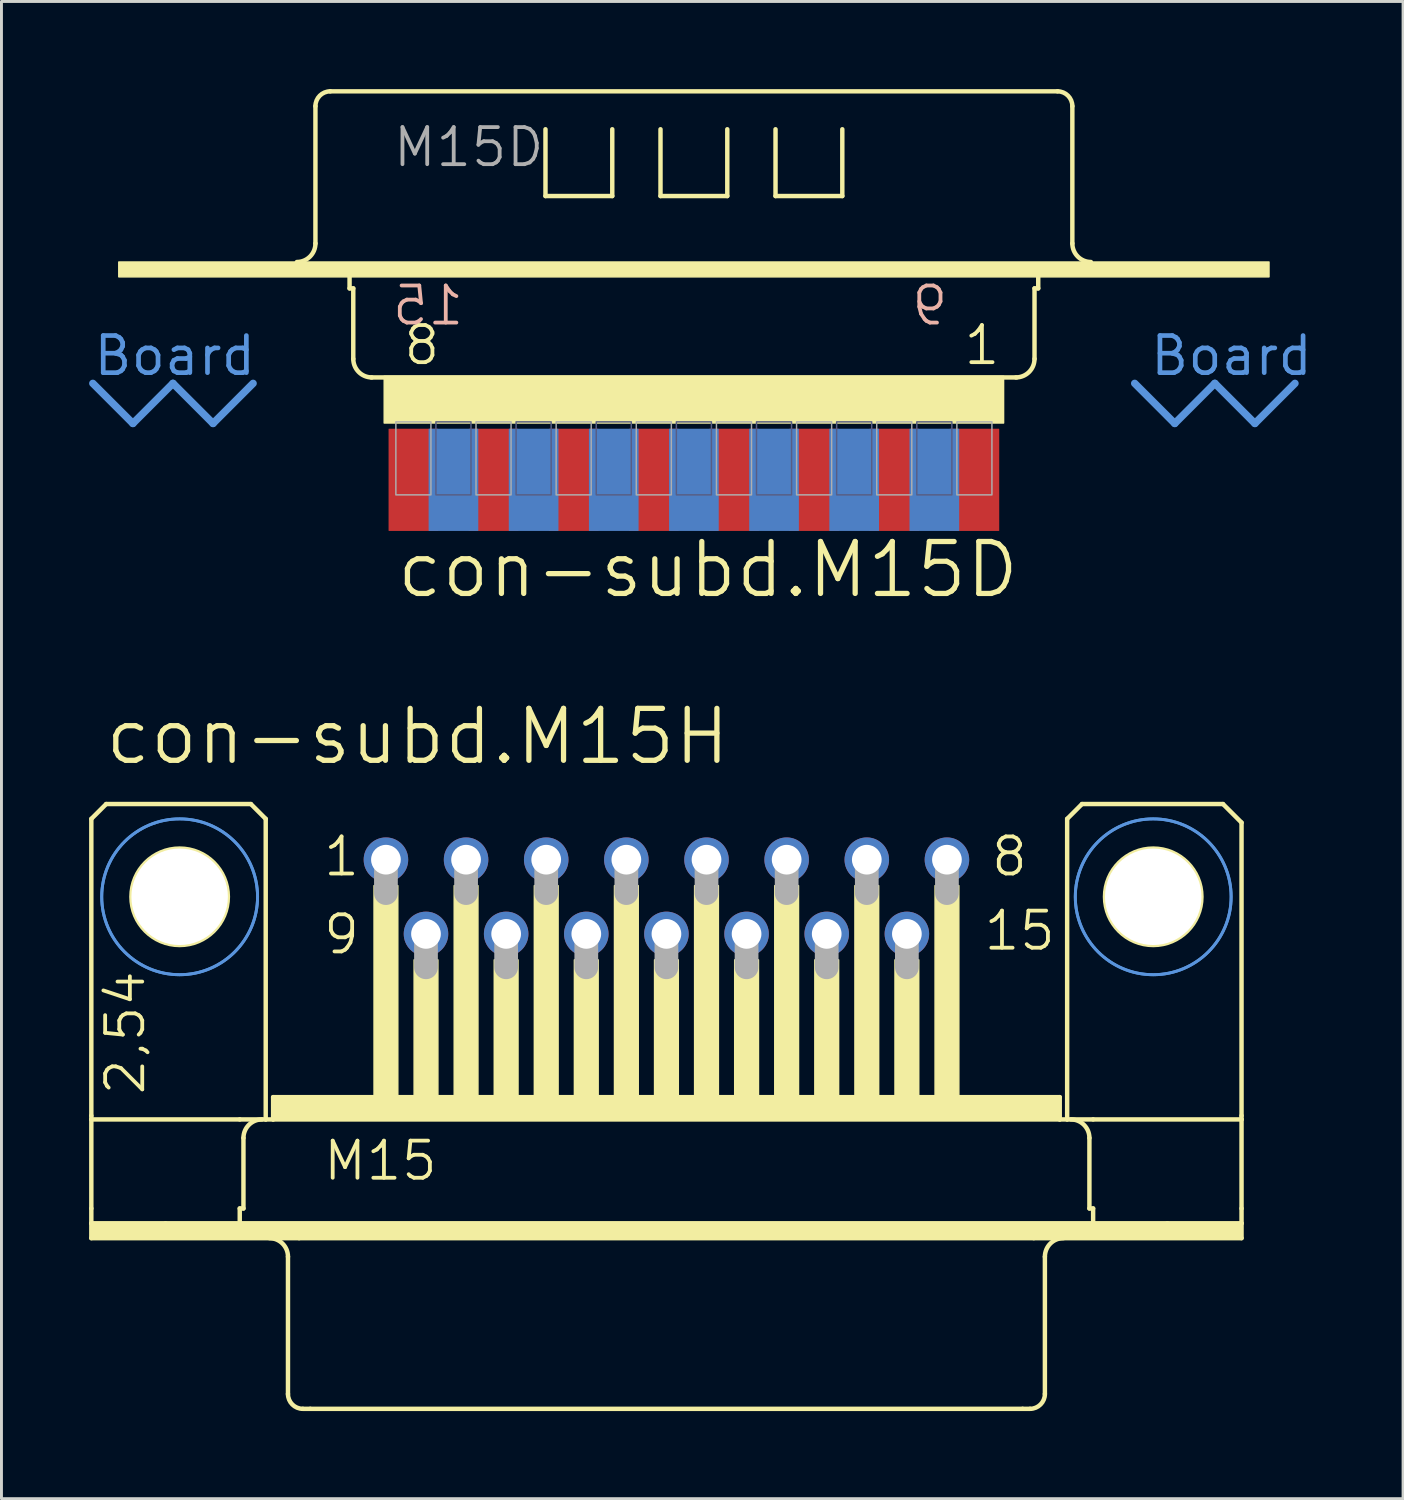
<source format=kicad_pcb>
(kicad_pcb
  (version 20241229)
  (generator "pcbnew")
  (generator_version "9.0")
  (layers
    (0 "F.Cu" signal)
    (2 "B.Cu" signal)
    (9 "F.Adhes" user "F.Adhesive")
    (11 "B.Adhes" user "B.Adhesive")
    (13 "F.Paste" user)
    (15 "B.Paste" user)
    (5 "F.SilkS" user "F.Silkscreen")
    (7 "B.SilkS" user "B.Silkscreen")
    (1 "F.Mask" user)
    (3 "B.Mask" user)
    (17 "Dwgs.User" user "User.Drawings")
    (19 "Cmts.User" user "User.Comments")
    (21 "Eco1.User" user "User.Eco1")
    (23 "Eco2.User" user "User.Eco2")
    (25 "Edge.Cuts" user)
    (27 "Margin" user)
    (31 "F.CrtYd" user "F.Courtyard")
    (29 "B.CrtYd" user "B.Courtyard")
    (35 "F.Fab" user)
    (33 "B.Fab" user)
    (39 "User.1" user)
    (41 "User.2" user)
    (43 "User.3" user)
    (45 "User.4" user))
  (footprint "con-subd.M15H"
    (layer "F.Cu")
    (at 19.761 27.646)
    (property "Reference" "con-subd.M15H" (at -19.304 -4.445 0) (layer "F.SilkS") (effects (font (size 1.778 1.778) (thickness 0.18)) (justify left bottom)))
    (attr through_hole)
    (fp_line (start -19.685 -2.667) (end -19.685 7.493) (stroke (width 0.152) (type default)) (layer "F.SilkS"))
    (fp_line (start -19.685 7.62) (end -19.685 7.493) (stroke (width 0.152) (type default)) (layer "F.SilkS"))
    (fp_line (start -19.685 10.668) (end -19.685 7.62) (stroke (width 0.152) (type default)) (layer "F.SilkS"))
    (fp_line (start -19.685 11.176) (end -19.685 10.668) (stroke (width 0.152) (type default)) (layer "F.SilkS"))
    (fp_line (start -19.685 11.684) (end -19.685 11.176) (stroke (width 0.152) (type default)) (layer "F.SilkS"))
    (fp_line (start -19.177 -3.175) (end -19.685 -2.667) (stroke (width 0.152) (type default)) (layer "F.SilkS"))
    (fp_line (start -17.145 11.176) (end -19.685 11.176) (stroke (width 0.152) (type default)) (layer "F.SilkS"))
    (fp_line (start -14.605 7.62) (end -19.685 7.62) (stroke (width 0.152) (type default)) (layer "F.SilkS"))
    (fp_line (start -14.605 10.668) (end -14.605 11.176) (stroke (width 0.152) (type default)) (layer "F.SilkS"))
    (fp_line (start -14.605 11.176) (end -17.145 11.176) (stroke (width 0.152) (type default)) (layer "F.SilkS"))
    (fp_line (start -14.478 8.255) (end -14.478 10.668) (stroke (width 0.152) (type default)) (layer "F.SilkS"))
    (fp_line (start -14.478 10.668) (end -14.605 10.668) (stroke (width 0.152) (type default)) (layer "F.SilkS"))
    (fp_line (start -14.224 -3.175) (end -19.177 -3.175) (stroke (width 0.152) (type default)) (layer "F.SilkS"))
    (fp_line (start -13.716 -2.667) (end -14.224 -3.175) (stroke (width 0.152) (type default)) (layer "F.SilkS"))
    (fp_line (start -13.716 -2.667) (end -13.716 7.62) (stroke (width 0.152) (type default)) (layer "F.SilkS"))
    (fp_line (start -13.716 7.62) (end -14.605 7.62) (stroke (width 0.152) (type default)) (layer "F.SilkS"))
    (fp_line (start -13.462 7.62) (end -13.716 7.62) (stroke (width 0.152) (type default)) (layer "F.SilkS"))
    (fp_line (start -13.462 7.62) (end -13.462 6.858) (stroke (width 0.152) (type default)) (layer "F.SilkS"))
    (fp_line (start -12.954 12.319) (end -12.954 17.018) (stroke (width 0.152) (type default)) (layer "F.SilkS"))
    (fp_line (start -12.573 11.684) (end -19.685 11.684) (stroke (width 0.152) (type default)) (layer "F.SilkS"))
    (fp_line (start -12.192 17.526) (end -12.446 17.526) (stroke (width 0.152) (type default)) (layer "F.SilkS"))
    (fp_line (start 12.192 17.526) (end -12.192 17.526) (stroke (width 0.152) (type default)) (layer "F.SilkS"))
    (fp_line (start 12.446 17.526) (end 12.192 17.526) (stroke (width 0.152) (type default)) (layer "F.SilkS"))
    (fp_line (start 12.573 11.684) (end -12.573 11.684) (stroke (width 0.152) (type default)) (layer "F.SilkS"))
    (fp_line (start 12.954 12.319) (end 12.954 17.018) (stroke (width 0.152) (type default)) (layer "F.SilkS"))
    (fp_line (start 13.462 6.858) (end -13.462 6.858) (stroke (width 0.152) (type default)) (layer "F.SilkS"))
    (fp_line (start 13.462 7.62) (end -13.462 7.62) (stroke (width 0.152) (type default)) (layer "F.SilkS"))
    (fp_line (start 13.462 7.62) (end 13.462 6.858) (stroke (width 0.152) (type default)) (layer "F.SilkS"))
    (fp_line (start 13.716 -2.667) (end 13.716 7.62) (stroke (width 0.152) (type default)) (layer "F.SilkS"))
    (fp_line (start 13.716 7.62) (end 13.462 7.62) (stroke (width 0.152) (type default)) (layer "F.SilkS"))
    (fp_line (start 14.224 -3.175) (end 13.716 -2.667) (stroke (width 0.152) (type default)) (layer "F.SilkS"))
    (fp_line (start 14.224 -3.175) (end 19.05 -3.175) (stroke (width 0.152) (type default)) (layer "F.SilkS"))
    (fp_line (start 14.478 8.255) (end 14.478 10.668) (stroke (width 0.152) (type default)) (layer "F.SilkS"))
    (fp_line (start 14.605 7.62) (end 13.716 7.62) (stroke (width 0.152) (type default)) (layer "F.SilkS"))
    (fp_line (start 14.605 10.668) (end 14.478 10.668) (stroke (width 0.152) (type default)) (layer "F.SilkS"))
    (fp_line (start 14.605 10.668) (end 14.605 11.176) (stroke (width 0.152) (type default)) (layer "F.SilkS"))
    (fp_line (start 14.605 11.176) (end -14.605 11.176) (stroke (width 0.152) (type default)) (layer "F.SilkS"))
    (fp_line (start 17.145 11.176) (end 14.605 11.176) (stroke (width 0.152) (type default)) (layer "F.SilkS"))
    (fp_line (start 19.05 -3.175) (end 19.685 -2.54) (stroke (width 0.152) (type default)) (layer "F.SilkS"))
    (fp_line (start 19.685 -2.54) (end 19.685 7.493) (stroke (width 0.152) (type default)) (layer "F.SilkS"))
    (fp_line (start 19.685 7.62) (end 14.605 7.62) (stroke (width 0.152) (type default)) (layer "F.SilkS"))
    (fp_line (start 19.685 7.62) (end 19.685 7.493) (stroke (width 0.152) (type default)) (layer "F.SilkS"))
    (fp_line (start 19.685 7.62) (end 19.685 10.668) (stroke (width 0.152) (type default)) (layer "F.SilkS"))
    (fp_line (start 19.685 10.668) (end 19.685 11.176) (stroke (width 0.152) (type default)) (layer "F.SilkS"))
    (fp_line (start 19.685 11.176) (end 17.145 11.176) (stroke (width 0.152) (type default)) (layer "F.SilkS"))
    (fp_line (start 19.685 11.176) (end 19.685 11.684) (stroke (width 0.152) (type default)) (layer "F.SilkS"))
    (fp_line (start 19.685 11.684) (end 12.573 11.684) (stroke (width 0.152) (type default)) (layer "F.SilkS"))
    (fp_rect (start -19.685 11.684) (end 19.685 11.176) (stroke (width 0.05) (type default)) (fill yes) (layer "F.SilkS"))
    (fp_rect (start -13.462 7.62) (end 13.462 6.858) (stroke (width 0.05) (type default)) (fill yes) (layer "F.SilkS"))
    (fp_rect (start -10.008 6.858) (end -9.195 -0.381) (stroke (width 0.05) (type default)) (fill yes) (layer "F.SilkS"))
    (fp_rect (start -8.636 6.858) (end -7.823 2.159) (stroke (width 0.05) (type default)) (fill yes) (layer "F.SilkS"))
    (fp_rect (start -7.264 6.858) (end -6.452 -0.381) (stroke (width 0.05) (type default)) (fill yes) (layer "F.SilkS"))
    (fp_rect (start -5.893 6.858) (end -5.08 2.159) (stroke (width 0.05) (type default)) (fill yes) (layer "F.SilkS"))
    (fp_rect (start -4.521 6.858) (end -3.708 -0.381) (stroke (width 0.05) (type default)) (fill yes) (layer "F.SilkS"))
    (fp_rect (start -3.15 6.858) (end -2.337 2.159) (stroke (width 0.05) (type default)) (fill yes) (layer "F.SilkS"))
    (fp_rect (start -1.778 6.858) (end -0.965 -0.381) (stroke (width 0.05) (type default)) (fill yes) (layer "F.SilkS"))
    (fp_rect (start -0.406 6.858) (end 0.406 2.159) (stroke (width 0.05) (type default)) (fill yes) (layer "F.SilkS"))
    (fp_rect (start 0.965 6.858) (end 1.778 -0.381) (stroke (width 0.05) (type default)) (fill yes) (layer "F.SilkS"))
    (fp_rect (start 2.337 6.858) (end 3.15 2.159) (stroke (width 0.05) (type default)) (fill yes) (layer "F.SilkS"))
    (fp_rect (start 3.708 6.858) (end 4.521 -0.381) (stroke (width 0.05) (type default)) (fill yes) (layer "F.SilkS"))
    (fp_rect (start 5.08 6.858) (end 5.893 2.159) (stroke (width 0.05) (type default)) (fill yes) (layer "F.SilkS"))
    (fp_rect (start 6.452 6.858) (end 7.264 -0.381) (stroke (width 0.05) (type default)) (fill yes) (layer "F.SilkS"))
    (fp_rect (start 7.823 6.858) (end 8.636 2.159) (stroke (width 0.05) (type default)) (fill yes) (layer "F.SilkS"))
    (fp_rect (start 9.195 6.858) (end 10.008 -0.381) (stroke (width 0.05) (type default)) (fill yes) (layer "F.SilkS"))
    (fp_arc (start -14.478 8.255) (mid -14.292013 7.805987) (end -13.843 7.62) (stroke (width 0.1524) (type default)) (layer "F.SilkS"))
    (fp_arc (start -13.589 11.684) (mid -13.139987 11.869987) (end -12.954 12.319) (stroke (width 0.1524) (type default)) (layer "F.SilkS"))
    (fp_arc (start -12.446 17.526) (mid -12.80521 17.37721) (end -12.954 17.018) (stroke (width 0.1524) (type default)) (layer "F.SilkS"))
    (fp_arc (start 12.954 12.319) (mid 13.139987 11.869987) (end 13.589 11.684) (stroke (width 0.1524) (type default)) (layer "F.SilkS"))
    (fp_arc (start 12.954 17.018) (mid 12.80521 17.37721) (end 12.446 17.526) (stroke (width 0.1524) (type default)) (layer "F.SilkS"))
    (fp_arc (start 13.843 7.62) (mid 14.292013 7.805987) (end 14.478 8.255) (stroke (width 0.1524) (type default)) (layer "F.SilkS"))
    (fp_circle (center -16.662 0) (end -15.011 0) (stroke (width 0.152) (type default)) (fill no) (layer "F.SilkS"))
    (fp_circle (center 16.662 0) (end 18.313 0) (stroke (width 0.152) (type default)) (fill no) (layer "F.SilkS"))
    (fp_circle (center -16.662 0) (end -13.995 0) (stroke (width 0.1) (type default)) (fill no) (layer "Cmts.User"))
    (fp_circle (center -16.662 0) (end -13.995 0) (stroke (width 0.1) (type default)) (fill no) (layer "Cmts.User"))
    (fp_circle (center 16.662 0) (end 19.329 0) (stroke (width 0.1) (type default)) (fill no) (layer "Cmts.User"))
    (fp_circle (center 16.662 0) (end 19.329 0) (stroke (width 0.1) (type default)) (fill no) (layer "Cmts.User"))
    (fp_line (start -9.601 -1.143) (end -9.601 -0.127) (stroke (width 0.813) (type default)) (layer "F.Fab"))
    (fp_line (start -8.23 1.397) (end -8.23 2.413) (stroke (width 0.813) (type default)) (layer "F.Fab"))
    (fp_line (start -6.858 -1.143) (end -6.858 -0.127) (stroke (width 0.813) (type default)) (layer "F.Fab"))
    (fp_line (start -5.486 1.397) (end -5.486 2.413) (stroke (width 0.813) (type default)) (layer "F.Fab"))
    (fp_line (start -4.115 -1.143) (end -4.115 -0.127) (stroke (width 0.813) (type default)) (layer "F.Fab"))
    (fp_line (start -2.743 1.397) (end -2.743 2.413) (stroke (width 0.813) (type default)) (layer "F.Fab"))
    (fp_line (start -1.372 -1.143) (end -1.372 -0.127) (stroke (width 0.813) (type default)) (layer "F.Fab"))
    (fp_line (start 0 1.397) (end 0 2.413) (stroke (width 0.813) (type default)) (layer "F.Fab"))
    (fp_line (start 1.372 -1.143) (end 1.372 -0.127) (stroke (width 0.813) (type default)) (layer "F.Fab"))
    (fp_line (start 2.743 1.397) (end 2.743 2.413) (stroke (width 0.813) (type default)) (layer "F.Fab"))
    (fp_line (start 4.115 -1.143) (end 4.115 -0.127) (stroke (width 0.813) (type default)) (layer "F.Fab"))
    (fp_line (start 5.486 1.397) (end 5.486 2.413) (stroke (width 0.813) (type default)) (layer "F.Fab"))
    (fp_line (start 6.858 -1.143) (end 6.858 -0.127) (stroke (width 0.813) (type default)) (layer "F.Fab"))
    (fp_line (start 8.23 1.397) (end 8.23 2.413) (stroke (width 0.813) (type default)) (layer "F.Fab"))
    (fp_line (start 9.601 -1.143) (end 9.601 -0.127) (stroke (width 0.813) (type default)) (layer "F.Fab"))
    (fp_text user "M15" (at -11.811 9.779 0) (layer "F.SilkS") (effects (font (size 1.27 1.27) (thickness 0.13)) (justify left bottom)))
    (fp_text user "9" (at -11.811 2.032 0) (layer "F.SilkS") (effects (font (size 1.27 1.27) (thickness 0.13)) (justify left bottom)))
    (fp_text user "8" (at 11.049 -0.635 0) (layer "F.SilkS") (effects (font (size 1.27 1.27) (thickness 0.13)) (justify left bottom)))
    (fp_text user "2,54" (at -17.78 6.858 90) (layer "F.SilkS") (effects (font (size 1.27 1.27) (thickness 0.13)) (justify left bottom)))
    (fp_text user "1" (at -11.811 -0.635 0) (layer "F.SilkS") (effects (font (size 1.27 1.27) (thickness 0.13)) (justify left bottom)))
    (fp_text user "15" (at 10.795 1.905 0) (layer "F.SilkS") (effects (font (size 1.27 1.27) (thickness 0.13)) (justify left bottom)))
    (pad "" np_thru_hole circle (at -16.662 0) (size 3.302 3.302) (drill 3.302) (layers "*.Cu" "*.Mask"))
    (pad "" np_thru_hole circle (at 16.662 0) (size 3.302 3.302) (drill 3.302) (layers "*.Cu" "*.Mask"))
    (pad "1" thru_hole circle (at -9.601 -1.27) (size 1.524 1.524) (drill 1.016) (layers "*.Cu" "*.Mask"))
    (pad "2" thru_hole circle (at -6.858 -1.27) (size 1.524 1.524) (drill 1.016) (layers "*.Cu" "*.Mask"))
    (pad "3" thru_hole circle (at -4.115 -1.27) (size 1.524 1.524) (drill 1.016) (layers "*.Cu" "*.Mask"))
    (pad "4" thru_hole circle (at -1.372 -1.27) (size 1.524 1.524) (drill 1.016) (layers "*.Cu" "*.Mask"))
    (pad "5" thru_hole circle (at 1.372 -1.27) (size 1.524 1.524) (drill 1.016) (layers "*.Cu" "*.Mask"))
    (pad "6" thru_hole circle (at 4.115 -1.27) (size 1.524 1.524) (drill 1.016) (layers "*.Cu" "*.Mask"))
    (pad "7" thru_hole circle (at 6.858 -1.27) (size 1.524 1.524) (drill 1.016) (layers "*.Cu" "*.Mask"))
    (pad "8" thru_hole circle (at 9.601 -1.27) (size 1.524 1.524) (drill 1.016) (layers "*.Cu" "*.Mask"))
    (pad "9" thru_hole circle (at -8.23 1.27) (size 1.524 1.524) (drill 1.016) (layers "*.Cu" "*.Mask"))
    (pad "10" thru_hole circle (at -5.486 1.27) (size 1.524 1.524) (drill 1.016) (layers "*.Cu" "*.Mask"))
    (pad "11" thru_hole circle (at -2.743 1.27) (size 1.524 1.524) (drill 1.016) (layers "*.Cu" "*.Mask"))
    (pad "12" thru_hole circle (at 0 1.27) (size 1.524 1.524) (drill 1.016) (layers "*.Cu" "*.Mask"))
    (pad "13" thru_hole circle (at 2.743 1.27) (size 1.524 1.524) (drill 1.016) (layers "*.Cu" "*.Mask"))
    (pad "14" thru_hole circle (at 5.486 1.27) (size 1.524 1.524) (drill 1.016) (layers "*.Cu" "*.Mask"))
    (pad "15" thru_hole circle (at 8.23 1.27) (size 1.524 1.524) (drill 1.016) (layers "*.Cu" "*.Mask")))
  (footprint "con-subd.M15D"
    (layer "F.Cu")
    (at 20.701 7.329)
    (property "Reference" "con-subd.M15D" (at -10.262 10.16 0) (layer "F.SilkS") (effects (font (size 1.778 1.778) (thickness 0.18)) (justify left bottom)))
    (attr smd)
    (fp_line (start -12.954 -2.046) (end -12.954 -6.745) (stroke (width 0.152) (type default)) (layer "F.SilkS"))
    (fp_line (start -12.446 -7.253) (end 12.446 -7.253) (stroke (width 0.152) (type default)) (layer "F.SilkS"))
    (fp_line (start -11.786 -0.508) (end -11.786 -1.016) (stroke (width 0.152) (type default)) (layer "F.SilkS"))
    (fp_line (start -11.786 -0.508) (end -11.659 -0.508) (stroke (width 0.152) (type default)) (layer "F.SilkS"))
    (fp_line (start -11.659 1.905) (end -11.659 -0.508) (stroke (width 0.152) (type default)) (layer "F.SilkS"))
    (fp_line (start -11.043 2.54) (end 11.043 2.54) (stroke (width 0.152) (type default)) (layer "F.SilkS"))
    (fp_line (start -5.08 -3.669) (end -5.08 -5.955) (stroke (width 0.152) (type default)) (layer "F.SilkS"))
    (fp_line (start -2.794 -5.955) (end -2.794 -3.669) (stroke (width 0.152) (type default)) (layer "F.SilkS"))
    (fp_line (start -2.794 -3.669) (end -5.08 -3.669) (stroke (width 0.152) (type default)) (layer "F.SilkS"))
    (fp_line (start -1.143 -3.669) (end -1.143 -5.955) (stroke (width 0.152) (type default)) (layer "F.SilkS"))
    (fp_line (start 1.143 -5.955) (end 1.143 -3.669) (stroke (width 0.152) (type default)) (layer "F.SilkS"))
    (fp_line (start 1.143 -3.669) (end -1.143 -3.669) (stroke (width 0.152) (type default)) (layer "F.SilkS"))
    (fp_line (start 2.794 -3.669) (end 2.794 -5.955) (stroke (width 0.152) (type default)) (layer "F.SilkS"))
    (fp_line (start 5.08 -5.955) (end 5.08 -3.669) (stroke (width 0.152) (type default)) (layer "F.SilkS"))
    (fp_line (start 5.08 -3.669) (end 2.794 -3.669) (stroke (width 0.152) (type default)) (layer "F.SilkS"))
    (fp_line (start 11.659 -0.508) (end 11.786 -0.508) (stroke (width 0.152) (type default)) (layer "F.SilkS"))
    (fp_line (start 11.659 1.905) (end 11.659 -0.508) (stroke (width 0.152) (type default)) (layer "F.SilkS"))
    (fp_line (start 11.786 -0.508) (end 11.786 -1.016) (stroke (width 0.152) (type default)) (layer "F.SilkS"))
    (fp_line (start 12.954 -2.046) (end 12.954 -6.745) (stroke (width 0.152) (type default)) (layer "F.SilkS"))
    (fp_rect (start -19.685 -0.903) (end 19.685 -1.411) (stroke (width 0.05) (type default)) (fill yes) (layer "F.SilkS"))
    (fp_rect (start -10.6 4.1) (end 10.6 2.5) (stroke (width 0.05) (type default)) (fill yes) (layer "F.SilkS"))
    (fp_arc (start -12.954 -6.745) (mid -12.80521 -7.10421) (end -12.446 -7.253) (stroke (width 0.1524) (type default)) (layer "F.SilkS"))
    (fp_arc (start -12.954 -2.046) (mid -13.139987 -1.596987) (end -13.589 -1.411) (stroke (width 0.1524) (type default)) (layer "F.SilkS"))
    (fp_arc (start -11.0236 2.54) (mid -11.472613 2.354013) (end -11.6586 1.905) (stroke (width 0.1524) (type default)) (layer "F.SilkS"))
    (fp_arc (start 11.6586 1.905) (mid 11.472613 2.354013) (end 11.0236 2.54) (stroke (width 0.1524) (type default)) (layer "F.SilkS"))
    (fp_arc (start 12.446 -7.253) (mid 12.80521 -7.10421) (end 12.954 -6.745) (stroke (width 0.1524) (type default)) (layer "F.SilkS"))
    (fp_arc (start 13.589 -1.411) (mid 13.139987 -1.596987) (end 12.954 -2.046) (stroke (width 0.1524) (type default)) (layer "F.SilkS"))
    (fp_line (start -20.574 2.743) (end -19.202 4.115) (stroke (width 0.254) (type default)) (layer "Cmts.User"))
    (fp_line (start -19.202 4.115) (end -17.831 2.743) (stroke (width 0.254) (type default)) (layer "Cmts.User"))
    (fp_line (start -17.831 2.743) (end -16.459 4.115) (stroke (width 0.254) (type default)) (layer "Cmts.User"))
    (fp_line (start -16.459 4.115) (end -15.088 2.743) (stroke (width 0.254) (type default)) (layer "Cmts.User"))
    (fp_line (start 15.088 2.743) (end 16.459 4.115) (stroke (width 0.254) (type default)) (layer "Cmts.User"))
    (fp_line (start 16.459 4.115) (end 17.831 2.743) (stroke (width 0.254) (type default)) (layer "Cmts.User"))
    (fp_line (start 17.831 2.743) (end 19.202 4.115) (stroke (width 0.254) (type default)) (layer "Cmts.User"))
    (fp_line (start 19.202 4.115) (end 20.574 2.743) (stroke (width 0.254) (type default)) (layer "Cmts.User"))
    (fp_rect (start -8.83 6.56) (end -7.63 4.06) (stroke (width 0.05) (type default)) (fill no) (layer "B.Fab"))
    (fp_rect (start -6.086 6.56) (end -4.886 4.06) (stroke (width 0.05) (type default)) (fill no) (layer "B.Fab"))
    (fp_rect (start -3.343 6.56) (end -2.143 4.06) (stroke (width 0.05) (type default)) (fill no) (layer "B.Fab"))
    (fp_rect (start -0.6 6.56) (end 0.6 4.06) (stroke (width 0.05) (type default)) (fill no) (layer "B.Fab"))
    (fp_rect (start 2.143 6.56) (end 3.343 4.06) (stroke (width 0.05) (type default)) (fill no) (layer "B.Fab"))
    (fp_rect (start 4.886 6.56) (end 6.086 4.06) (stroke (width 0.05) (type default)) (fill no) (layer "B.Fab"))
    (fp_rect (start 7.63 6.56) (end 8.83 4.06) (stroke (width 0.05) (type default)) (fill no) (layer "B.Fab"))
    (fp_rect (start -10.201 6.56) (end -9.001 4.06) (stroke (width 0.05) (type default)) (fill no) (layer "F.Fab"))
    (fp_rect (start -7.458 6.56) (end -6.258 4.06) (stroke (width 0.05) (type default)) (fill no) (layer "F.Fab"))
    (fp_rect (start -4.715 6.56) (end -3.515 4.06) (stroke (width 0.05) (type default)) (fill no) (layer "F.Fab"))
    (fp_rect (start -1.972 6.56) (end -0.772 4.06) (stroke (width 0.05) (type default)) (fill no) (layer "F.Fab"))
    (fp_rect (start 0.772 6.56) (end 1.972 4.06) (stroke (width 0.05) (type default)) (fill no) (layer "F.Fab"))
    (fp_rect (start 3.515 6.56) (end 4.715 4.06) (stroke (width 0.05) (type default)) (fill no) (layer "F.Fab"))
    (fp_rect (start 6.258 6.56) (end 7.458 4.06) (stroke (width 0.05) (type default)) (fill no) (layer "F.Fab"))
    (fp_rect (start 9.001 6.56) (end 10.201 4.06) (stroke (width 0.05) (type default)) (fill no) (layer "F.Fab"))
    (fp_text user "1" (at 9.168 2.179 0) (layer "F.SilkS") (effects (font (size 1.27 1.27) (thickness 0.13)) (justify left bottom)))
    (fp_text user "8" (at -10.003 2.179 0) (layer "F.SilkS") (effects (font (size 1.27 1.27) (thickness 0.13)) (justify left bottom)))
    (fp_text user "15" (at -7.803 0.825 0) (layer "B.SilkS") (effects (font (size 1.27 1.27) (thickness 0.13)) (justify left bottom mirror)))
    (fp_text user "9" (at 8.768 0.825 0) (layer "B.SilkS") (effects (font (size 1.27 1.27) (thickness 0.13)) (justify left bottom mirror)))
    (fp_text user "Board " (at -20.625 2.54 0) (layer "Cmts.User") (effects (font (size 1.27 1.27) (thickness 0.16)) (justify left bottom)))
    (fp_text user "Board" (at 15.545 2.54 0) (layer "Cmts.User") (effects (font (size 1.27 1.27) (thickness 0.16)) (justify left bottom)))
    (fp_text user "M15D" (at -10.363 -4.597 0) (layer "F.Fab") (effects (font (size 1.27 1.27) (thickness 0.13)) (justify left bottom)))
    (pad "1" smd roundrect (at 9.601 6.045) (size 1.7 3.5) (layers "F.Cu" "F.Mask" "F.Paste") (roundrect_rratio 0.01))
    (pad "2" smd roundrect (at 6.858 6.045) (size 1.7 3.5) (layers "F.Cu" "F.Mask" "F.Paste") (roundrect_rratio 0.01))
    (pad "3" smd roundrect (at 4.115 6.045) (size 1.7 3.5) (layers "F.Cu" "F.Mask" "F.Paste") (roundrect_rratio 0.01))
    (pad "4" smd roundrect (at 1.372 6.045) (size 1.7 3.5) (layers "F.Cu" "F.Mask" "F.Paste") (roundrect_rratio 0.01))
    (pad "5" smd roundrect (at -1.372 6.045) (size 1.7 3.5) (layers "F.Cu" "F.Mask" "F.Paste") (roundrect_rratio 0.01))
    (pad "6" smd roundrect (at -4.115 6.045) (size 1.7 3.5) (layers "F.Cu" "F.Mask" "F.Paste") (roundrect_rratio 0.01))
    (pad "7" smd roundrect (at -6.858 6.045) (size 1.7 3.5) (layers "F.Cu" "F.Mask" "F.Paste") (roundrect_rratio 0.01))
    (pad "8" smd roundrect (at -9.601 6.045) (size 1.7 3.5) (layers "F.Cu" "F.Mask" "F.Paste") (roundrect_rratio 0.01))
    (pad "9" smd roundrect (at 8.23 6.045) (size 1.7 3.5) (layers "B.Cu" "B.Mask" "B.Paste") (roundrect_rratio 0.01))
    (pad "10" smd roundrect (at 5.486 6.045) (size 1.7 3.5) (layers "B.Cu" "B.Mask" "B.Paste") (roundrect_rratio 0.01))
    (pad "11" smd roundrect (at 2.743 6.045) (size 1.7 3.5) (layers "B.Cu" "B.Mask" "B.Paste") (roundrect_rratio 0.01))
    (pad "12" smd roundrect (at 0 6.045) (size 1.7 3.5) (layers "B.Cu" "B.Mask" "B.Paste") (roundrect_rratio 0.01))
    (pad "13" smd roundrect (at -2.743 6.045) (size 1.7 3.5) (layers "B.Cu" "B.Mask" "B.Paste") (roundrect_rratio 0.01))
    (pad "14" smd roundrect (at -5.486 6.045) (size 1.7 3.5) (layers "B.Cu" "B.Mask" "B.Paste") (roundrect_rratio 0.01))
    (pad "15" smd roundrect (at -8.23 6.045) (size 1.7 3.5) (layers "B.Cu" "B.Mask" "B.Paste") (roundrect_rratio 0.01)))
  (gr_rect
    (start -3 -3)
    (end 44.975 48.248)
    (stroke (width 0.1) (type default))
    (fill no)
    (layer "Edge.Cuts")))
</source>
